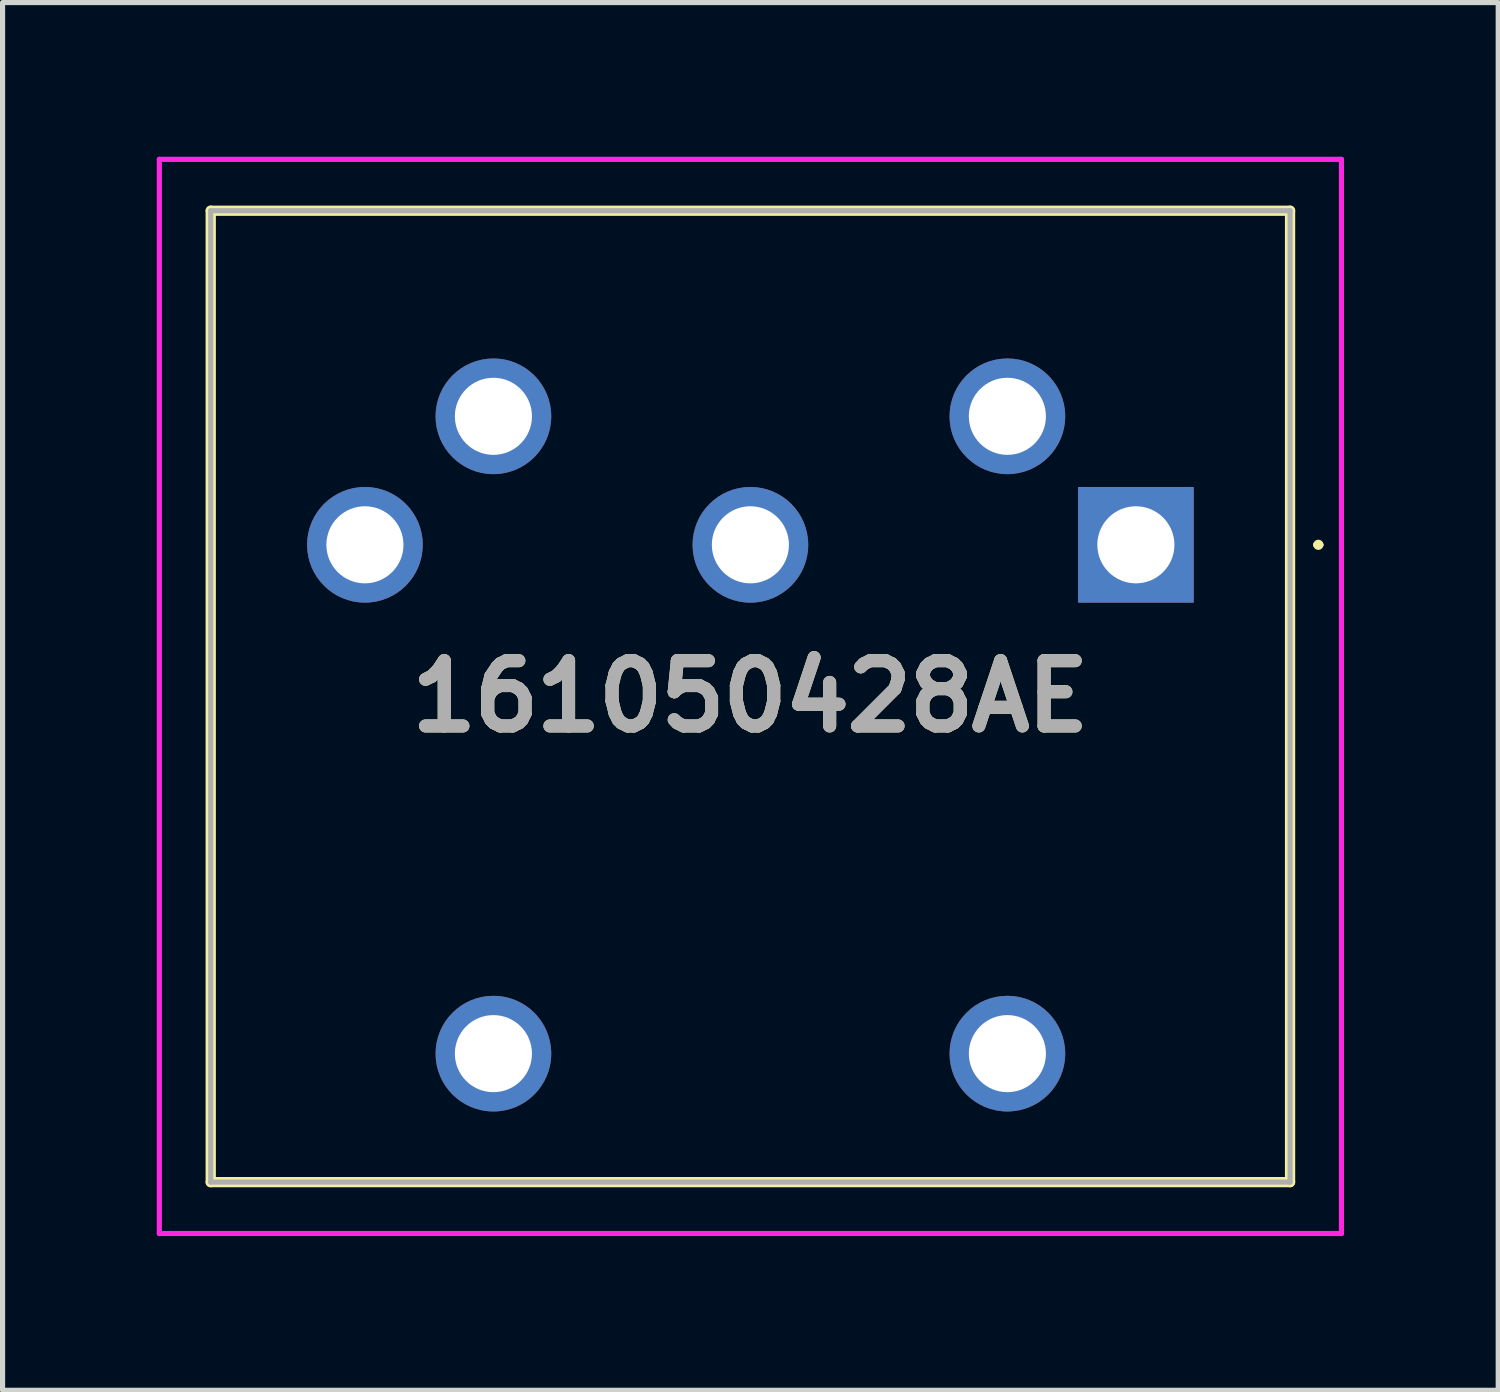
<source format=kicad_pcb>
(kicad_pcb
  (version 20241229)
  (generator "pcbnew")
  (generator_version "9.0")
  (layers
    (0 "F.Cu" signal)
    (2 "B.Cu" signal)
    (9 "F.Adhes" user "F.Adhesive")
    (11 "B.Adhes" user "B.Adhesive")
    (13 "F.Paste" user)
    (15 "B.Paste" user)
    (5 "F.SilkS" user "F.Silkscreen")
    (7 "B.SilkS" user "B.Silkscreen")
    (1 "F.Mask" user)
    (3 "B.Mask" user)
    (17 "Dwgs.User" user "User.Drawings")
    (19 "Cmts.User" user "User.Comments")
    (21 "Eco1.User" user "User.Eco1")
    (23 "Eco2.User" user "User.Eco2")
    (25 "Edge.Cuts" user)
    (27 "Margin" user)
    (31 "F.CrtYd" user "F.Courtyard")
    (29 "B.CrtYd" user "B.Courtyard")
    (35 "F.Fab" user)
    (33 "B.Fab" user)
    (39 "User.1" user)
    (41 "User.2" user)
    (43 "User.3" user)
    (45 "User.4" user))
  (footprint "161050428AE"
    (layer "F.Cu")
    (at 19.05 7.55)
    (property "Reference" "161050428AE" (at -7.5 2.95 0) (layer "F.SilkS") (effects (font (size 1.27 1.27) (thickness 0.254))))
    (attr through_hole)
    (fp_line (start -18 -6.5) (end -18 12.4) (stroke (width 0.2) (type solid)) (layer "F.SilkS"))
    (fp_line (start -18 12.4) (end 3 12.4) (stroke (width 0.2) (type solid)) (layer "F.SilkS"))
    (fp_line (start 3 -6.5) (end -18 -6.5) (stroke (width 0.2) (type solid)) (layer "F.SilkS"))
    (fp_line (start 3 12.4) (end 3 -6.5) (stroke (width 0.2) (type solid)) (layer "F.SilkS"))
    (fp_line (start 3.5 0) (end 3.5 0) (stroke (width 0.1) (type solid)) (layer "F.SilkS"))
    (fp_line (start 3.6 0) (end 3.6 0) (stroke (width 0.1) (type solid)) (layer "F.SilkS"))
    (fp_arc (start 3.5 0) (mid 3.55 -0.05) (end 3.6 0) (stroke (width 0.1) (type solid)) (layer "F.SilkS"))
    (fp_arc (start 3.6 0) (mid 3.55 0.05) (end 3.5 0) (stroke (width 0.1) (type solid)) (layer "F.SilkS"))
    (fp_line (start -19 -7.5) (end -19 13.4) (stroke (width 0.1) (type solid)) (layer "F.CrtYd"))
    (fp_line (start -19 13.4) (end 4 13.4) (stroke (width 0.1) (type solid)) (layer "F.CrtYd"))
    (fp_line (start 4 -7.5) (end -19 -7.5) (stroke (width 0.1) (type solid)) (layer "F.CrtYd"))
    (fp_line (start 4 13.4) (end 4 -7.5) (stroke (width 0.1) (type solid)) (layer "F.CrtYd"))
    (fp_line (start -18 -6.5) (end 3 -6.5) (stroke (width 0.1) (type solid)) (layer "F.Fab"))
    (fp_line (start -18 12.4) (end -18 -6.5) (stroke (width 0.1) (type solid)) (layer "F.Fab"))
    (fp_line (start 3 -6.5) (end 3 12.4) (stroke (width 0.1) (type solid)) (layer "F.Fab"))
    (fp_line (start 3 12.4) (end -18 12.4) (stroke (width 0.1) (type solid)) (layer "F.Fab"))
    (fp_text user "${REFERENCE}" (at -7.5 2.95 0) (layer "F.Fab") (effects (font (size 1.27 1.27) (thickness 0.254))))
    (pad "1" thru_hole rect (at 0 0) (size 2.25 2.25) (drill 1.5) (layers "*.Cu" "*.Mask"))
    (pad "2" thru_hole circle (at -7.5 0) (size 2.25 2.25) (drill 1.5) (layers "*.Cu" "*.Mask"))
    (pad "3" thru_hole circle (at -15 0) (size 2.25 2.25) (drill 1.5) (layers "*.Cu" "*.Mask"))
    (pad "4" thru_hole circle (at -2.5 -2.5) (size 2.25 2.25) (drill 1.5) (layers "*.Cu" "*.Mask"))
    (pad "5" thru_hole circle (at -12.5 -2.5) (size 2.25 2.25) (drill 1.5) (layers "*.Cu" "*.Mask"))
    (pad "MH1" thru_hole circle (at -2.5 9.9) (size 2.25 2.25) (drill 1.5) (layers "*.Cu" "*.Mask"))
    (pad "MH2" thru_hole circle (at -12.5 9.9) (size 2.25 2.25) (drill 1.5) (layers "*.Cu" "*.Mask")))
  (gr_rect
    (start -3 -3)
    (end 26.1 24)
    (stroke (width 0.1) (type default))
    (fill no)
    (layer "Edge.Cuts")))
</source>
